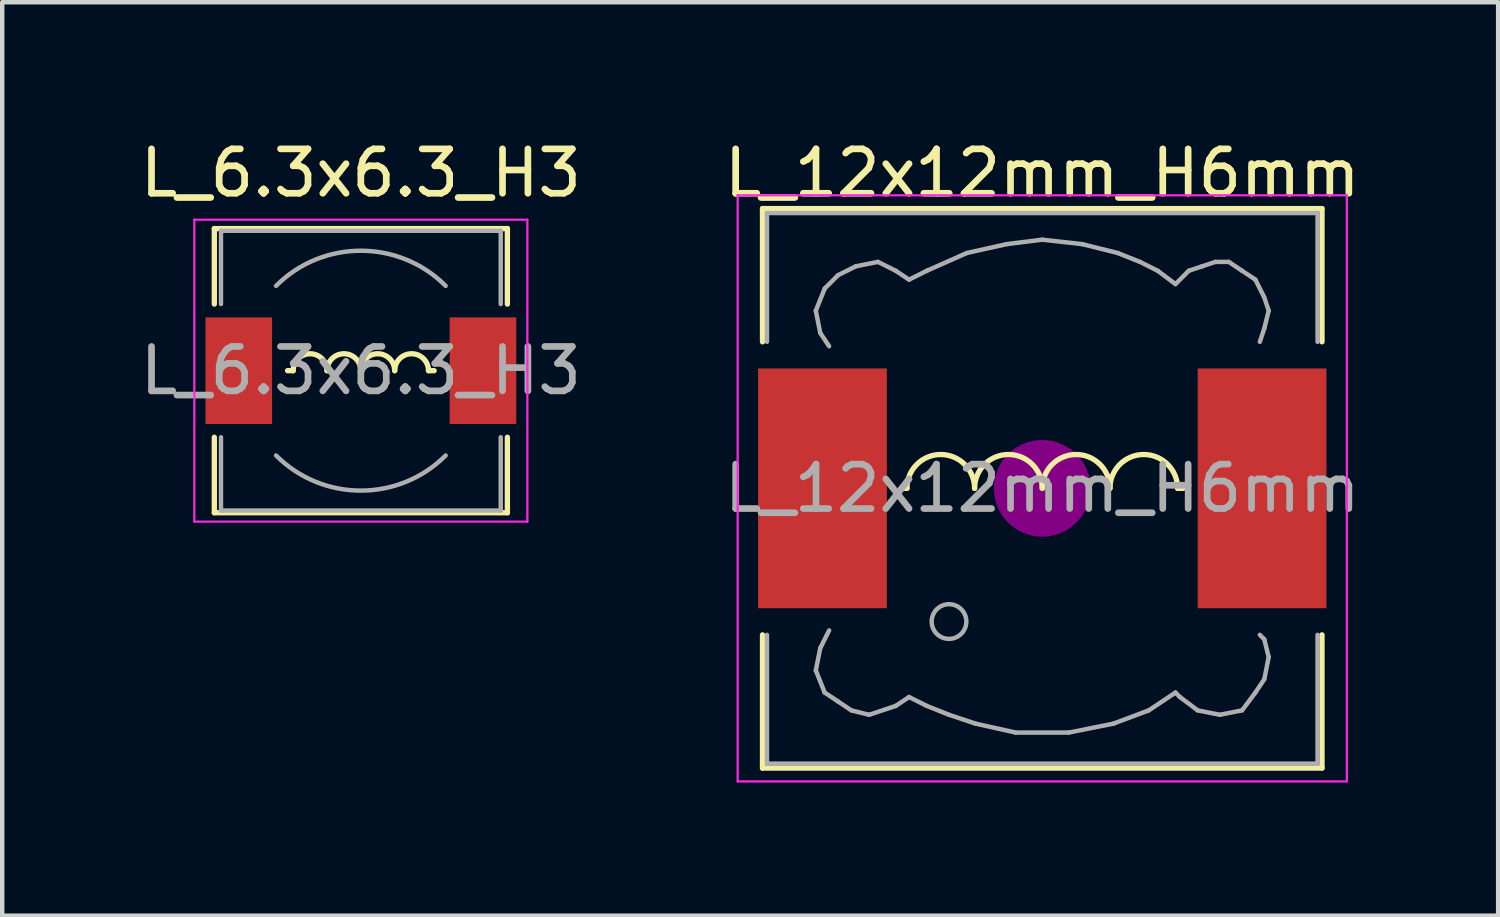
<source format=kicad_pcb>
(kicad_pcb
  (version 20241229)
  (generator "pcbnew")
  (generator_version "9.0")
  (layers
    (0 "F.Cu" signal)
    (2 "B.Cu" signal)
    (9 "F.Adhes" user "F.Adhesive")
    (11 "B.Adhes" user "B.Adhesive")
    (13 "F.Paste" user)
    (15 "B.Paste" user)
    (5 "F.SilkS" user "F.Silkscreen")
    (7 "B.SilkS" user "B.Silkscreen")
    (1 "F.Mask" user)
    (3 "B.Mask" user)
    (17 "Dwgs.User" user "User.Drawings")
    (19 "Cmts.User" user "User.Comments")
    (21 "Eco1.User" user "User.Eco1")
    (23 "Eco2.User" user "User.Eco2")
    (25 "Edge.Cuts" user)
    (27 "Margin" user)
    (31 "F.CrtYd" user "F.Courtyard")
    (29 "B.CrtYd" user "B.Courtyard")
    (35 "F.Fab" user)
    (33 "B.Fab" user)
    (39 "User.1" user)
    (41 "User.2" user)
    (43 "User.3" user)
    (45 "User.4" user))
  (footprint "L_12x12mm_H6mm"
    (layer "F.Cu")
    (at 20.423 7.948)
    (property "Reference" "L_12x12mm_H6mm" (at 0 -7.1 0) (layer "F.SilkS") (effects (font (size 1 1) (thickness 0.15))))
    (attr smd)
    (fp_line (start -6.3 -6.3) (end 6.3 -6.3) (stroke (width 0.12) (type solid)) (layer "F.SilkS"))
    (fp_line (start -6.3 -3.3) (end -6.3 -6.3) (stroke (width 0.12) (type solid)) (layer "F.SilkS"))
    (fp_line (start -6.3 6.3) (end -6.3 3.3) (stroke (width 0.12) (type solid)) (layer "F.SilkS"))
    (fp_line (start -3.048 0) (end -3.175 0) (stroke (width 0.12) (type solid)) (layer "F.SilkS"))
    (fp_line (start 3.175 0) (end 3.048 0) (stroke (width 0.12) (type solid)) (layer "F.SilkS"))
    (fp_line (start 6.3 -6.3) (end 6.3 -3.3) (stroke (width 0.12) (type solid)) (layer "F.SilkS"))
    (fp_line (start 6.3 3.3) (end 6.3 6.3) (stroke (width 0.12) (type solid)) (layer "F.SilkS"))
    (fp_line (start 6.3 6.3) (end -6.3 6.3) (stroke (width 0.12) (type solid)) (layer "F.SilkS"))
    (fp_arc (start -3.048 0) (mid -2.286 -0.762) (end -1.524 0) (stroke (width 0.12) (type solid)) (layer "F.SilkS"))
    (fp_arc (start -1.524 0) (mid -0.762 -0.762) (end 0 0) (stroke (width 0.12) (type solid)) (layer "F.SilkS"))
    (fp_arc (start 0 0) (mid 0.762 -0.762) (end 1.524 0) (stroke (width 0.12) (type solid)) (layer "F.SilkS"))
    (fp_arc (start 1.524 0) (mid 2.286 -0.762) (end 3.048 0) (stroke (width 0.12) (type solid)) (layer "F.SilkS"))
    (fp_circle (center 0 0) (end 0.15 0.15) (stroke (width 0.38) (type solid)) (fill no) (layer "F.Adhes"))
    (fp_circle (center 0 0) (end 0.55 0) (stroke (width 0.38) (type solid)) (fill no) (layer "F.Adhes"))
    (fp_circle (center 0 0) (end 0.9 0) (stroke (width 0.38) (type solid)) (fill no) (layer "F.Adhes"))
    (fp_line (start -6.86 -6.6) (end 6.86 -6.6) (stroke (width 0.05) (type solid)) (layer "F.CrtYd"))
    (fp_line (start -6.86 6.6) (end -6.86 -6.6) (stroke (width 0.05) (type solid)) (layer "F.CrtYd"))
    (fp_line (start 6.86 -6.6) (end 6.86 6.6) (stroke (width 0.05) (type solid)) (layer "F.CrtYd"))
    (fp_line (start 6.86 6.6) (end -6.86 6.6) (stroke (width 0.05) (type solid)) (layer "F.CrtYd"))
    (fp_line (start -6.2 -6.2) (end -6.2 -3.3) (stroke (width 0.1) (type solid)) (layer "F.Fab"))
    (fp_line (start -6.2 3.3) (end -6.2 6.2) (stroke (width 0.1) (type solid)) (layer "F.Fab"))
    (fp_line (start -6.2 6.2) (end 6.2 6.2) (stroke (width 0.1) (type solid)) (layer "F.Fab"))
    (fp_line (start -5.1 -4) (end -5 -3.5) (stroke (width 0.1) (type solid)) (layer "F.Fab"))
    (fp_line (start -5.1 4.1) (end -5 3.6) (stroke (width 0.1) (type solid)) (layer "F.Fab"))
    (fp_line (start -5 -3.5) (end -4.8 -3.2) (stroke (width 0.1) (type solid)) (layer "F.Fab"))
    (fp_line (start -5 3.6) (end -4.8 3.2) (stroke (width 0.1) (type solid)) (layer "F.Fab"))
    (fp_line (start -4.9 -4.5) (end -5.1 -4) (stroke (width 0.1) (type solid)) (layer "F.Fab"))
    (fp_line (start -4.9 4.6) (end -5.1 4.1) (stroke (width 0.1) (type solid)) (layer "F.Fab"))
    (fp_line (start -4.6 -4.8) (end -4.9 -4.5) (stroke (width 0.1) (type solid)) (layer "F.Fab"))
    (fp_line (start -4.6 4.8) (end -4.9 4.6) (stroke (width 0.1) (type solid)) (layer "F.Fab"))
    (fp_line (start -4.3 5) (end -4.6 4.8) (stroke (width 0.1) (type solid)) (layer "F.Fab"))
    (fp_line (start -4.2 -5) (end -4.6 -4.8) (stroke (width 0.1) (type solid)) (layer "F.Fab"))
    (fp_line (start -3.9 5.1) (end -4.3 5) (stroke (width 0.1) (type solid)) (layer "F.Fab"))
    (fp_line (start -3.7 -5.1) (end -4.2 -5) (stroke (width 0.1) (type solid)) (layer "F.Fab"))
    (fp_line (start -3.3 -4.9) (end -3.7 -5.1) (stroke (width 0.1) (type solid)) (layer "F.Fab"))
    (fp_line (start -3.3 4.9) (end -3.9 5.1) (stroke (width 0.1) (type solid)) (layer "F.Fab"))
    (fp_line (start -3 -4.7) (end -3.3 -4.9) (stroke (width 0.1) (type solid)) (layer "F.Fab"))
    (fp_line (start -3 4.7) (end -3.3 4.9) (stroke (width 0.1) (type solid)) (layer "F.Fab"))
    (fp_line (start -2.6 -4.9) (end -3 -4.7) (stroke (width 0.1) (type solid)) (layer "F.Fab"))
    (fp_line (start -2.6 4.9) (end -3 4.7) (stroke (width 0.1) (type solid)) (layer "F.Fab"))
    (fp_line (start -2.1 5.1) (end -2.6 4.9) (stroke (width 0.1) (type solid)) (layer "F.Fab"))
    (fp_line (start -1.7 -5.3) (end -2.6 -4.9) (stroke (width 0.1) (type solid)) (layer "F.Fab"))
    (fp_line (start -1.5 5.3) (end -2.1 5.1) (stroke (width 0.1) (type solid)) (layer "F.Fab"))
    (fp_line (start -0.8 -5.5) (end -1.7 -5.3) (stroke (width 0.1) (type solid)) (layer "F.Fab"))
    (fp_line (start -0.6 5.5) (end -1.5 5.3) (stroke (width 0.1) (type solid)) (layer "F.Fab"))
    (fp_line (start 0 -5.6) (end -0.8 -5.5) (stroke (width 0.1) (type solid)) (layer "F.Fab"))
    (fp_line (start 0.6 5.5) (end -0.6 5.5) (stroke (width 0.1) (type solid)) (layer "F.Fab"))
    (fp_line (start 0.9 -5.5) (end 0 -5.6) (stroke (width 0.1) (type solid)) (layer "F.Fab"))
    (fp_line (start 1.6 5.3) (end 0.6 5.5) (stroke (width 0.1) (type solid)) (layer "F.Fab"))
    (fp_line (start 1.7 -5.3) (end 0.9 -5.5) (stroke (width 0.1) (type solid)) (layer "F.Fab"))
    (fp_line (start 2.2 -5.1) (end 1.7 -5.3) (stroke (width 0.1) (type solid)) (layer "F.Fab"))
    (fp_line (start 2.4 5) (end 1.6 5.3) (stroke (width 0.1) (type solid)) (layer "F.Fab"))
    (fp_line (start 2.6 -4.9) (end 2.2 -5.1) (stroke (width 0.1) (type solid)) (layer "F.Fab"))
    (fp_line (start 3 -4.6) (end 2.6 -4.9) (stroke (width 0.1) (type solid)) (layer "F.Fab"))
    (fp_line (start 3 4.6) (end 2.4 5) (stroke (width 0.1) (type solid)) (layer "F.Fab"))
    (fp_line (start 3.1 4.7) (end 3 4.6) (stroke (width 0.1) (type solid)) (layer "F.Fab"))
    (fp_line (start 3.3 -4.9) (end 3 -4.6) (stroke (width 0.1) (type solid)) (layer "F.Fab"))
    (fp_line (start 3.5 5) (end 3.1 4.7) (stroke (width 0.1) (type solid)) (layer "F.Fab"))
    (fp_line (start 3.6 -5) (end 3.3 -4.9) (stroke (width 0.1) (type solid)) (layer "F.Fab"))
    (fp_line (start 3.9 -5.1) (end 3.6 -5) (stroke (width 0.1) (type solid)) (layer "F.Fab"))
    (fp_line (start 4 5.1) (end 3.5 5) (stroke (width 0.1) (type solid)) (layer "F.Fab"))
    (fp_line (start 4.2 -5.1) (end 3.9 -5.1) (stroke (width 0.1) (type solid)) (layer "F.Fab"))
    (fp_line (start 4.5 -4.9) (end 4.2 -5.1) (stroke (width 0.1) (type solid)) (layer "F.Fab"))
    (fp_line (start 4.5 5) (end 4 5.1) (stroke (width 0.1) (type solid)) (layer "F.Fab"))
    (fp_line (start 4.8 -4.7) (end 4.5 -4.9) (stroke (width 0.1) (type solid)) (layer "F.Fab"))
    (fp_line (start 4.8 4.6) (end 4.5 5) (stroke (width 0.1) (type solid)) (layer "F.Fab"))
    (fp_line (start 4.9 -3.3) (end 5 -3.6) (stroke (width 0.1) (type solid)) (layer "F.Fab"))
    (fp_line (start 4.9 3.3) (end 5 3.4) (stroke (width 0.1) (type solid)) (layer "F.Fab"))
    (fp_line (start 5 -4.3) (end 4.8 -4.7) (stroke (width 0.1) (type solid)) (layer "F.Fab"))
    (fp_line (start 5 -3.6) (end 5.1 -4) (stroke (width 0.1) (type solid)) (layer "F.Fab"))
    (fp_line (start 5 3.4) (end 5.1 3.8) (stroke (width 0.1) (type solid)) (layer "F.Fab"))
    (fp_line (start 5 4.3) (end 4.8 4.6) (stroke (width 0.1) (type solid)) (layer "F.Fab"))
    (fp_line (start 5.1 -4) (end 5 -4.3) (stroke (width 0.1) (type solid)) (layer "F.Fab"))
    (fp_line (start 5.1 3.8) (end 5 4.3) (stroke (width 0.1) (type solid)) (layer "F.Fab"))
    (fp_line (start 6.2 -6.2) (end -6.2 -6.2) (stroke (width 0.1) (type solid)) (layer "F.Fab"))
    (fp_line (start 6.2 -6.2) (end 6.2 -3.3) (stroke (width 0.1) (type solid)) (layer "F.Fab"))
    (fp_line (start 6.2 6.2) (end 6.2 3.3) (stroke (width 0.1) (type solid)) (layer "F.Fab"))
    (fp_circle (center -2.1 3) (end -1.8 3.25) (stroke (width 0.1) (type solid)) (fill no) (layer "F.Fab"))
    (fp_text user "${REFERENCE}" (at 0 0 0) (layer "F.Fab") (effects (font (size 1 1) (thickness 0.15))))
    (pad "1" smd rect (at -4.95 0) (size 2.9 5.4) (layers "F.Cu" "F.Mask" "F.Paste"))
    (pad "2" smd rect (at 4.95 0) (size 2.9 5.4) (layers "F.Cu" "F.Mask" "F.Paste")))
  (footprint "L_6.3x6.3_H3"
    (layer "F.Cu")
    (at 5.077 5.298)
    (property "Reference" "L_6.3x6.3_H3" (at 0 -4.45 0) (layer "F.SilkS") (effects (font (size 1 1) (thickness 0.15))))
    (attr smd)
    (fp_line (start -3.3 -3.2) (end 3.3 -3.2) (stroke (width 0.12) (type solid)) (layer "F.SilkS"))
    (fp_line (start -3.3 -1.5) (end -3.3 -3.2) (stroke (width 0.12) (type solid)) (layer "F.SilkS"))
    (fp_line (start -3.3 3.2) (end -3.3 1.5) (stroke (width 0.12) (type solid)) (layer "F.SilkS"))
    (fp_line (start -1.524 0) (end -1.651 0) (stroke (width 0.12) (type solid)) (layer "F.SilkS"))
    (fp_line (start 1.524 0) (end 1.651 0) (stroke (width 0.12) (type solid)) (layer "F.SilkS"))
    (fp_line (start 3.3 -3.2) (end 3.3 -1.5) (stroke (width 0.12) (type solid)) (layer "F.SilkS"))
    (fp_line (start 3.3 1.5) (end 3.3 3.2) (stroke (width 0.12) (type solid)) (layer "F.SilkS"))
    (fp_line (start 3.3 3.2) (end -3.3 3.2) (stroke (width 0.12) (type solid)) (layer "F.SilkS"))
    (fp_arc (start -1.524 0) (mid -1.143 -0.381) (end -0.762 0) (stroke (width 0.12) (type solid)) (layer "F.SilkS"))
    (fp_arc (start -0.762 0) (mid -0.381 -0.381) (end 0 0) (stroke (width 0.12) (type solid)) (layer "F.SilkS"))
    (fp_arc (start 0 0) (mid 0.381 -0.381) (end 0.762 0) (stroke (width 0.12) (type solid)) (layer "F.SilkS"))
    (fp_arc (start 0.762 0) (mid 1.143 -0.381) (end 1.524 0) (stroke (width 0.12) (type solid)) (layer "F.SilkS"))
    (fp_line (start -3.75 -3.4) (end -3.75 3.4) (stroke (width 0.05) (type solid)) (layer "F.CrtYd"))
    (fp_line (start -3.75 3.4) (end 3.75 3.4) (stroke (width 0.05) (type solid)) (layer "F.CrtYd"))
    (fp_line (start 3.75 -3.4) (end -3.75 -3.4) (stroke (width 0.05) (type solid)) (layer "F.CrtYd"))
    (fp_line (start 3.75 3.4) (end 3.75 -3.4) (stroke (width 0.05) (type solid)) (layer "F.CrtYd"))
    (fp_line (start -3.15 -3.15) (end -3.15 -1.5) (stroke (width 0.1) (type solid)) (layer "F.Fab"))
    (fp_line (start -3.15 -3.15) (end 3.15 -3.15) (stroke (width 0.1) (type solid)) (layer "F.Fab"))
    (fp_line (start -3.15 3.15) (end -3.15 1.5) (stroke (width 0.1) (type solid)) (layer "F.Fab"))
    (fp_line (start -3.15 3.15) (end 3.15 3.15) (stroke (width 0.1) (type solid)) (layer "F.Fab"))
    (fp_line (start 3.15 -3.15) (end 3.15 -1.5) (stroke (width 0.1) (type solid)) (layer "F.Fab"))
    (fp_line (start 3.15 3.15) (end 3.15 1.5) (stroke (width 0.1) (type solid)) (layer "F.Fab"))
    (fp_arc (start -1.91 -1.91) (mid 0 -2.701148) (end 1.91 -1.91) (stroke (width 0.1) (type solid)) (layer "F.Fab"))
    (fp_arc (start 1.91 1.91) (mid 0 2.701148) (end -1.91 1.91) (stroke (width 0.1) (type solid)) (layer "F.Fab"))
    (fp_text user "${REFERENCE}" (at 0 0 0) (layer "F.Fab") (effects (font (size 1 1) (thickness 0.15))))
    (pad "1" smd rect (at -2.75 0) (size 1.5 2.4) (layers "F.Cu" "F.Mask" "F.Paste"))
    (pad "2" smd rect (at 2.75 0) (size 1.5 2.4) (layers "F.Cu" "F.Mask" "F.Paste")))
  (gr_rect
    (start -3 -3)
    (end 30.69 17.573)
    (stroke (width 0.1) (type default))
    (fill no)
    (layer "Edge.Cuts")))
</source>
